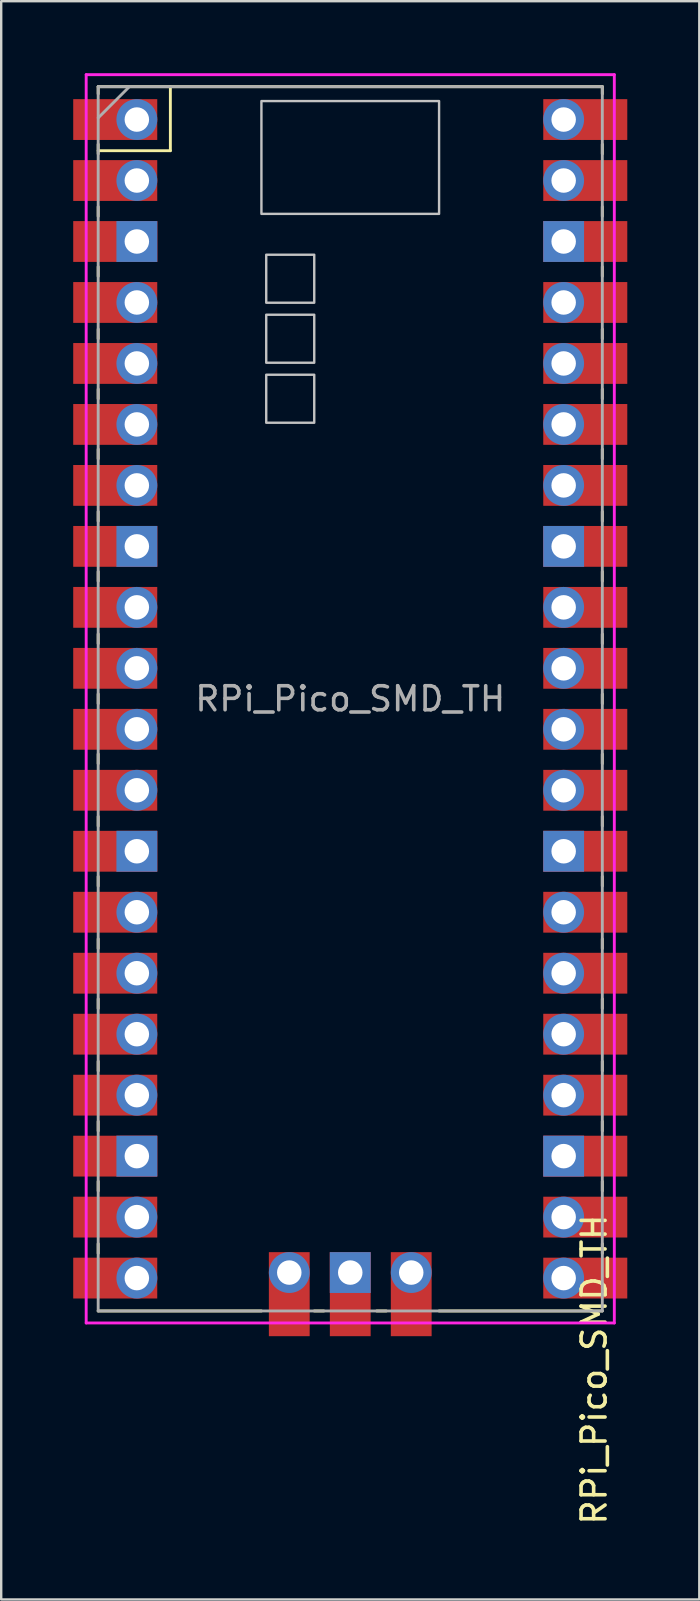
<source format=kicad_pcb>
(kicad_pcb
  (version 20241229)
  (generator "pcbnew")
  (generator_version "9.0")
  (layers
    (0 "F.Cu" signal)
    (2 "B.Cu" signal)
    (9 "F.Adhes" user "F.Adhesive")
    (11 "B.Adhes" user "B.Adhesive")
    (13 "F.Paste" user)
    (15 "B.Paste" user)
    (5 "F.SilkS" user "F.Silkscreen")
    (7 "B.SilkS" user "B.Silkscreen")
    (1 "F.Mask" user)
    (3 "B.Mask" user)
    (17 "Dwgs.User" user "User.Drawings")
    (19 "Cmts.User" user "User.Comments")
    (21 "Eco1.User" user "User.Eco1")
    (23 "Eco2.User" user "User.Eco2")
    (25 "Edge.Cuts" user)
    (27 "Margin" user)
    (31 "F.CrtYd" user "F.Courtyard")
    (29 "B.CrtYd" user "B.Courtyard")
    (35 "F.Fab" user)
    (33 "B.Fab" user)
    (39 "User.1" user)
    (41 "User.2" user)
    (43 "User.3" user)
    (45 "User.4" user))
  (footprint "RPi_Pico_SMD_TH"
    (layer "F.Cu")
    (at 11.54 26.06)
    (property "Reference" "RPi_Pico_SMD_TH" (at 10.16 27.94 90) (layer "F.SilkS") (effects (font (size 1 1) (thickness 0.15))))
    (attr through_hole)
    (fp_line (start -10.5 -25.5) (end -10.5 -25.2) (stroke (width 0.12) (type solid)) (layer "F.SilkS"))
    (fp_line (start -10.5 -25.5) (end 10.5 -25.5) (stroke (width 0.12) (type solid)) (layer "F.SilkS"))
    (fp_line (start -10.5 -23.1) (end -10.5 -22.7) (stroke (width 0.12) (type solid)) (layer "F.SilkS"))
    (fp_line (start -10.5 -22.833) (end -7.493 -22.833) (stroke (width 0.12) (type solid)) (layer "F.SilkS"))
    (fp_line (start -10.5 -20.5) (end -10.5 -20.1) (stroke (width 0.12) (type solid)) (layer "F.SilkS"))
    (fp_line (start -10.5 -18) (end -10.5 -17.6) (stroke (width 0.12) (type solid)) (layer "F.SilkS"))
    (fp_line (start -10.5 -15.4) (end -10.5 -15) (stroke (width 0.12) (type solid)) (layer "F.SilkS"))
    (fp_line (start -10.5 -12.9) (end -10.5 -12.5) (stroke (width 0.12) (type solid)) (layer "F.SilkS"))
    (fp_line (start -10.5 -10.4) (end -10.5 -10) (stroke (width 0.12) (type solid)) (layer "F.SilkS"))
    (fp_line (start -10.5 -7.8) (end -10.5 -7.4) (stroke (width 0.12) (type solid)) (layer "F.SilkS"))
    (fp_line (start -10.5 -5.3) (end -10.5 -4.9) (stroke (width 0.12) (type solid)) (layer "F.SilkS"))
    (fp_line (start -10.5 -2.7) (end -10.5 -2.3) (stroke (width 0.12) (type solid)) (layer "F.SilkS"))
    (fp_line (start -10.5 -0.2) (end -10.5 0.2) (stroke (width 0.12) (type solid)) (layer "F.SilkS"))
    (fp_line (start -10.5 2.3) (end -10.5 2.7) (stroke (width 0.12) (type solid)) (layer "F.SilkS"))
    (fp_line (start -10.5 4.9) (end -10.5 5.3) (stroke (width 0.12) (type solid)) (layer "F.SilkS"))
    (fp_line (start -10.5 7.4) (end -10.5 7.8) (stroke (width 0.12) (type solid)) (layer "F.SilkS"))
    (fp_line (start -10.5 10) (end -10.5 10.4) (stroke (width 0.12) (type solid)) (layer "F.SilkS"))
    (fp_line (start -10.5 12.5) (end -10.5 12.9) (stroke (width 0.12) (type solid)) (layer "F.SilkS"))
    (fp_line (start -10.5 15.1) (end -10.5 15.5) (stroke (width 0.12) (type solid)) (layer "F.SilkS"))
    (fp_line (start -10.5 17.6) (end -10.5 18) (stroke (width 0.12) (type solid)) (layer "F.SilkS"))
    (fp_line (start -10.5 20.1) (end -10.5 20.5) (stroke (width 0.12) (type solid)) (layer "F.SilkS"))
    (fp_line (start -10.5 22.7) (end -10.5 23.1) (stroke (width 0.12) (type solid)) (layer "F.SilkS"))
    (fp_line (start -7.493 -22.833) (end -7.493 -25.5) (stroke (width 0.12) (type solid)) (layer "F.SilkS"))
    (fp_line (start -3.7 25.5) (end -10.5 25.5) (stroke (width 0.12) (type solid)) (layer "F.SilkS"))
    (fp_line (start -1.5 25.5) (end -1.1 25.5) (stroke (width 0.12) (type solid)) (layer "F.SilkS"))
    (fp_line (start 1.1 25.5) (end 1.5 25.5) (stroke (width 0.12) (type solid)) (layer "F.SilkS"))
    (fp_line (start 10.5 -25.5) (end 10.5 -25.2) (stroke (width 0.12) (type solid)) (layer "F.SilkS"))
    (fp_line (start 10.5 -23.1) (end 10.5 -22.7) (stroke (width 0.12) (type solid)) (layer "F.SilkS"))
    (fp_line (start 10.5 -20.5) (end 10.5 -20.1) (stroke (width 0.12) (type solid)) (layer "F.SilkS"))
    (fp_line (start 10.5 -18) (end 10.5 -17.6) (stroke (width 0.12) (type solid)) (layer "F.SilkS"))
    (fp_line (start 10.5 -15.4) (end 10.5 -15) (stroke (width 0.12) (type solid)) (layer "F.SilkS"))
    (fp_line (start 10.5 -12.9) (end 10.5 -12.5) (stroke (width 0.12) (type solid)) (layer "F.SilkS"))
    (fp_line (start 10.5 -10.4) (end 10.5 -10) (stroke (width 0.12) (type solid)) (layer "F.SilkS"))
    (fp_line (start 10.5 -7.8) (end 10.5 -7.4) (stroke (width 0.12) (type solid)) (layer "F.SilkS"))
    (fp_line (start 10.5 -5.3) (end 10.5 -4.9) (stroke (width 0.12) (type solid)) (layer "F.SilkS"))
    (fp_line (start 10.5 -2.7) (end 10.5 -2.3) (stroke (width 0.12) (type solid)) (layer "F.SilkS"))
    (fp_line (start 10.5 -0.2) (end 10.5 0.2) (stroke (width 0.12) (type solid)) (layer "F.SilkS"))
    (fp_line (start 10.5 2.3) (end 10.5 2.7) (stroke (width 0.12) (type solid)) (layer "F.SilkS"))
    (fp_line (start 10.5 4.9) (end 10.5 5.3) (stroke (width 0.12) (type solid)) (layer "F.SilkS"))
    (fp_line (start 10.5 7.4) (end 10.5 7.8) (stroke (width 0.12) (type solid)) (layer "F.SilkS"))
    (fp_line (start 10.5 10) (end 10.5 10.4) (stroke (width 0.12) (type solid)) (layer "F.SilkS"))
    (fp_line (start 10.5 12.5) (end 10.5 12.9) (stroke (width 0.12) (type solid)) (layer "F.SilkS"))
    (fp_line (start 10.5 15.1) (end 10.5 15.5) (stroke (width 0.12) (type solid)) (layer "F.SilkS"))
    (fp_line (start 10.5 17.6) (end 10.5 18) (stroke (width 0.12) (type solid)) (layer "F.SilkS"))
    (fp_line (start 10.5 20.1) (end 10.5 20.5) (stroke (width 0.12) (type solid)) (layer "F.SilkS"))
    (fp_line (start 10.5 22.7) (end 10.5 23.1) (stroke (width 0.12) (type solid)) (layer "F.SilkS"))
    (fp_line (start 10.5 25.5) (end 3.7 25.5) (stroke (width 0.12) (type solid)) (layer "F.SilkS"))
    (fp_poly (pts (xy -1.5 -16.5) (xy -3.5 -16.5) (xy -3.5 -18.5) (xy -1.5 -18.5)) (stroke (width 0.1) (type solid)) (fill no) (layer "Dwgs.User"))
    (fp_poly (pts (xy -1.5 -14) (xy -3.5 -14) (xy -3.5 -16) (xy -1.5 -16)) (stroke (width 0.1) (type solid)) (fill no) (layer "Dwgs.User"))
    (fp_poly (pts (xy -1.5 -11.5) (xy -3.5 -11.5) (xy -3.5 -13.5) (xy -1.5 -13.5)) (stroke (width 0.1) (type solid)) (fill no) (layer "Dwgs.User"))
    (fp_poly (pts (xy 3.7 -20.2) (xy -3.7 -20.2) (xy -3.7 -24.9) (xy 3.7 -24.9)) (stroke (width 0.1) (type solid)) (fill no) (layer "Dwgs.User"))
    (fp_line (start -11 -26) (end 11 -26) (stroke (width 0.12) (type solid)) (layer "F.CrtYd"))
    (fp_line (start -11 26) (end -11 -26) (stroke (width 0.12) (type solid)) (layer "F.CrtYd"))
    (fp_line (start 11 -26) (end 11 26) (stroke (width 0.12) (type solid)) (layer "F.CrtYd"))
    (fp_line (start 11 26) (end -11 26) (stroke (width 0.12) (type solid)) (layer "F.CrtYd"))
    (fp_line (start -10.5 -25.5) (end 10.5 -25.5) (stroke (width 0.12) (type solid)) (layer "F.Fab"))
    (fp_line (start -10.5 -24.2) (end -9.2 -25.5) (stroke (width 0.12) (type solid)) (layer "F.Fab"))
    (fp_line (start -10.5 25.5) (end -10.5 -25.5) (stroke (width 0.12) (type solid)) (layer "F.Fab"))
    (fp_line (start 10.5 -25.5) (end 10.5 25.5) (stroke (width 0.12) (type solid)) (layer "F.Fab"))
    (fp_line (start 10.5 25.5) (end -10.5 25.5) (stroke (width 0.12) (type solid)) (layer "F.Fab"))
    (fp_text user "${REFERENCE}" (at 0 0 180) (layer "F.Fab") (effects (font (size 1 1) (thickness 0.15))))
    (pad "1" thru_hole oval (at -8.89 -24.13) (size 1.7 1.7) (drill 1.02) (layers "*.Cu" "*.Mask"))
    (pad "1" smd rect (at -8.89 -24.13) (size 3.5 1.7) (drill (offset -0.9 0)) (layers "F.Cu" "F.Mask"))
    (pad "2" thru_hole oval (at -8.89 -21.59) (size 1.7 1.7) (drill 1.02) (layers "*.Cu" "*.Mask"))
    (pad "2" smd rect (at -8.89 -21.59) (size 3.5 1.7) (drill (offset -0.9 0)) (layers "F.Cu" "F.Mask"))
    (pad "3" thru_hole rect (at -8.89 -19.05) (size 1.7 1.7) (drill 1.02) (layers "*.Cu" "*.Mask"))
    (pad "3" smd rect (at -8.89 -19.05) (size 3.5 1.7) (drill (offset -0.9 0)) (layers "F.Cu" "F.Mask"))
    (pad "4" thru_hole oval (at -8.89 -16.51) (size 1.7 1.7) (drill 1.02) (layers "*.Cu" "*.Mask"))
    (pad "4" smd rect (at -8.89 -16.51) (size 3.5 1.7) (drill (offset -0.9 0)) (layers "F.Cu" "F.Mask"))
    (pad "5" thru_hole oval (at -8.89 -13.97) (size 1.7 1.7) (drill 1.02) (layers "*.Cu" "*.Mask"))
    (pad "5" smd rect (at -8.89 -13.97) (size 3.5 1.7) (drill (offset -0.9 0)) (layers "F.Cu" "F.Mask"))
    (pad "6" thru_hole oval (at -8.89 -11.43) (size 1.7 1.7) (drill 1.02) (layers "*.Cu" "*.Mask"))
    (pad "6" smd rect (at -8.89 -11.43) (size 3.5 1.7) (drill (offset -0.9 0)) (layers "F.Cu" "F.Mask"))
    (pad "7" thru_hole oval (at -8.89 -8.89) (size 1.7 1.7) (drill 1.02) (layers "*.Cu" "*.Mask"))
    (pad "7" smd rect (at -8.89 -8.89) (size 3.5 1.7) (drill (offset -0.9 0)) (layers "F.Cu" "F.Mask"))
    (pad "8" thru_hole rect (at -8.89 -6.35) (size 1.7 1.7) (drill 1.02) (layers "*.Cu" "*.Mask"))
    (pad "8" smd rect (at -8.89 -6.35) (size 3.5 1.7) (drill (offset -0.9 0)) (layers "F.Cu" "F.Mask"))
    (pad "9" thru_hole oval (at -8.89 -3.81) (size 1.7 1.7) (drill 1.02) (layers "*.Cu" "*.Mask"))
    (pad "9" smd rect (at -8.89 -3.81) (size 3.5 1.7) (drill (offset -0.9 0)) (layers "F.Cu" "F.Mask"))
    (pad "10" thru_hole oval (at -8.89 -1.27) (size 1.7 1.7) (drill 1.02) (layers "*.Cu" "*.Mask"))
    (pad "10" smd rect (at -8.89 -1.27) (size 3.5 1.7) (drill (offset -0.9 0)) (layers "F.Cu" "F.Mask"))
    (pad "11" thru_hole oval (at -8.89 1.27) (size 1.7 1.7) (drill 1.02) (layers "*.Cu" "*.Mask"))
    (pad "11" smd rect (at -8.89 1.27) (size 3.5 1.7) (drill (offset -0.9 0)) (layers "F.Cu" "F.Mask"))
    (pad "12" thru_hole oval (at -8.89 3.81) (size 1.7 1.7) (drill 1.02) (layers "*.Cu" "*.Mask"))
    (pad "12" smd rect (at -8.89 3.81) (size 3.5 1.7) (drill (offset -0.9 0)) (layers "F.Cu" "F.Mask"))
    (pad "13" thru_hole rect (at -8.89 6.35) (size 1.7 1.7) (drill 1.02) (layers "*.Cu" "*.Mask"))
    (pad "13" smd rect (at -8.89 6.35) (size 3.5 1.7) (drill (offset -0.9 0)) (layers "F.Cu" "F.Mask"))
    (pad "14" thru_hole oval (at -8.89 8.89) (size 1.7 1.7) (drill 1.02) (layers "*.Cu" "*.Mask"))
    (pad "14" smd rect (at -8.89 8.89) (size 3.5 1.7) (drill (offset -0.9 0)) (layers "F.Cu" "F.Mask"))
    (pad "15" thru_hole oval (at -8.89 11.43) (size 1.7 1.7) (drill 1.02) (layers "*.Cu" "*.Mask"))
    (pad "15" smd rect (at -8.89 11.43) (size 3.5 1.7) (drill (offset -0.9 0)) (layers "F.Cu" "F.Mask"))
    (pad "16" thru_hole oval (at -8.89 13.97) (size 1.7 1.7) (drill 1.02) (layers "*.Cu" "*.Mask"))
    (pad "16" smd rect (at -8.89 13.97) (size 3.5 1.7) (drill (offset -0.9 0)) (layers "F.Cu" "F.Mask"))
    (pad "17" thru_hole oval (at -8.89 16.51) (size 1.7 1.7) (drill 1.02) (layers "*.Cu" "*.Mask"))
    (pad "17" smd rect (at -8.89 16.51) (size 3.5 1.7) (drill (offset -0.9 0)) (layers "F.Cu" "F.Mask"))
    (pad "18" thru_hole rect (at -8.89 19.05) (size 1.7 1.7) (drill 1.02) (layers "*.Cu" "*.Mask"))
    (pad "18" smd rect (at -8.89 19.05) (size 3.5 1.7) (drill (offset -0.9 0)) (layers "F.Cu" "F.Mask"))
    (pad "19" thru_hole oval (at -8.89 21.59) (size 1.7 1.7) (drill 1.02) (layers "*.Cu" "*.Mask"))
    (pad "19" smd rect (at -8.89 21.59) (size 3.5 1.7) (drill (offset -0.9 0)) (layers "F.Cu" "F.Mask"))
    (pad "20" thru_hole oval (at -8.89 24.13) (size 1.7 1.7) (drill 1.02) (layers "*.Cu" "*.Mask"))
    (pad "20" smd rect (at -8.89 24.13) (size 3.5 1.7) (drill (offset -0.9 0)) (layers "F.Cu" "F.Mask"))
    (pad "21" thru_hole oval (at 8.89 24.13) (size 1.7 1.7) (drill 1.02) (layers "*.Cu" "*.Mask"))
    (pad "21" smd rect (at 8.89 24.13) (size 3.5 1.7) (drill (offset 0.9 0)) (layers "F.Cu" "F.Mask"))
    (pad "22" thru_hole oval (at 8.89 21.59) (size 1.7 1.7) (drill 1.02) (layers "*.Cu" "*.Mask"))
    (pad "22" smd rect (at 8.89 21.59) (size 3.5 1.7) (drill (offset 0.9 0)) (layers "F.Cu" "F.Mask"))
    (pad "23" thru_hole rect (at 8.89 19.05) (size 1.7 1.7) (drill 1.02) (layers "*.Cu" "*.Mask"))
    (pad "23" smd rect (at 8.89 19.05) (size 3.5 1.7) (drill (offset 0.9 0)) (layers "F.Cu" "F.Mask"))
    (pad "24" thru_hole oval (at 8.89 16.51) (size 1.7 1.7) (drill 1.02) (layers "*.Cu" "*.Mask"))
    (pad "24" smd rect (at 8.89 16.51) (size 3.5 1.7) (drill (offset 0.9 0)) (layers "F.Cu" "F.Mask"))
    (pad "25" thru_hole oval (at 8.89 13.97) (size 1.7 1.7) (drill 1.02) (layers "*.Cu" "*.Mask"))
    (pad "25" smd rect (at 8.89 13.97) (size 3.5 1.7) (drill (offset 0.9 0)) (layers "F.Cu" "F.Mask"))
    (pad "26" thru_hole oval (at 8.89 11.43) (size 1.7 1.7) (drill 1.02) (layers "*.Cu" "*.Mask"))
    (pad "26" smd rect (at 8.89 11.43) (size 3.5 1.7) (drill (offset 0.9 0)) (layers "F.Cu" "F.Mask"))
    (pad "27" thru_hole oval (at 8.89 8.89) (size 1.7 1.7) (drill 1.02) (layers "*.Cu" "*.Mask"))
    (pad "27" smd rect (at 8.89 8.89) (size 3.5 1.7) (drill (offset 0.9 0)) (layers "F.Cu" "F.Mask"))
    (pad "28" thru_hole rect (at 8.89 6.35) (size 1.7 1.7) (drill 1.02) (layers "*.Cu" "*.Mask"))
    (pad "28" smd rect (at 8.89 6.35) (size 3.5 1.7) (drill (offset 0.9 0)) (layers "F.Cu" "F.Mask"))
    (pad "29" thru_hole oval (at 8.89 3.81) (size 1.7 1.7) (drill 1.02) (layers "*.Cu" "*.Mask"))
    (pad "29" smd rect (at 8.89 3.81) (size 3.5 1.7) (drill (offset 0.9 0)) (layers "F.Cu" "F.Mask"))
    (pad "30" thru_hole oval (at 8.89 1.27) (size 1.7 1.7) (drill 1.02) (layers "*.Cu" "*.Mask"))
    (pad "30" smd rect (at 8.89 1.27) (size 3.5 1.7) (drill (offset 0.9 0)) (layers "F.Cu" "F.Mask"))
    (pad "31" thru_hole oval (at 8.89 -1.27) (size 1.7 1.7) (drill 1.02) (layers "*.Cu" "*.Mask"))
    (pad "31" smd rect (at 8.89 -1.27) (size 3.5 1.7) (drill (offset 0.9 0)) (layers "F.Cu" "F.Mask"))
    (pad "32" thru_hole oval (at 8.89 -3.81) (size 1.7 1.7) (drill 1.02) (layers "*.Cu" "*.Mask"))
    (pad "32" smd rect (at 8.89 -3.81) (size 3.5 1.7) (drill (offset 0.9 0)) (layers "F.Cu" "F.Mask"))
    (pad "33" thru_hole rect (at 8.89 -6.35) (size 1.7 1.7) (drill 1.02) (layers "*.Cu" "*.Mask"))
    (pad "33" smd rect (at 8.89 -6.35) (size 3.5 1.7) (drill (offset 0.9 0)) (layers "F.Cu" "F.Mask"))
    (pad "34" thru_hole oval (at 8.89 -8.89) (size 1.7 1.7) (drill 1.02) (layers "*.Cu" "*.Mask"))
    (pad "34" smd rect (at 8.89 -8.89) (size 3.5 1.7) (drill (offset 0.9 0)) (layers "F.Cu" "F.Mask"))
    (pad "35" thru_hole oval (at 8.89 -11.43) (size 1.7 1.7) (drill 1.02) (layers "*.Cu" "*.Mask"))
    (pad "35" smd rect (at 8.89 -11.43) (size 3.5 1.7) (drill (offset 0.9 0)) (layers "F.Cu" "F.Mask"))
    (pad "36" thru_hole oval (at 8.89 -13.97) (size 1.7 1.7) (drill 1.02) (layers "*.Cu" "*.Mask"))
    (pad "36" smd rect (at 8.89 -13.97) (size 3.5 1.7) (drill (offset 0.9 0)) (layers "F.Cu" "F.Mask"))
    (pad "37" thru_hole oval (at 8.89 -16.51) (size 1.7 1.7) (drill 1.02) (layers "*.Cu" "*.Mask"))
    (pad "37" smd rect (at 8.89 -16.51) (size 3.5 1.7) (drill (offset 0.9 0)) (layers "F.Cu" "F.Mask"))
    (pad "38" thru_hole rect (at 8.89 -19.05) (size 1.7 1.7) (drill 1.02) (layers "*.Cu" "*.Mask"))
    (pad "38" smd rect (at 8.89 -19.05) (size 3.5 1.7) (drill (offset 0.9 0)) (layers "F.Cu" "F.Mask"))
    (pad "39" thru_hole oval (at 8.89 -21.59) (size 1.7 1.7) (drill 1.02) (layers "*.Cu" "*.Mask"))
    (pad "39" smd rect (at 8.89 -21.59) (size 3.5 1.7) (drill (offset 0.9 0)) (layers "F.Cu" "F.Mask"))
    (pad "40" thru_hole oval (at 8.89 -24.13) (size 1.7 1.7) (drill 1.02) (layers "*.Cu" "*.Mask"))
    (pad "40" smd rect (at 8.89 -24.13) (size 3.5 1.7) (drill (offset 0.9 0)) (layers "F.Cu" "F.Mask"))
    (pad "41" thru_hole oval (at -2.54 23.9) (size 1.7 1.7) (drill 1.02) (layers "*.Cu" "*.Mask"))
    (pad "41" smd rect (at -2.54 23.9 90) (size 3.5 1.7) (drill (offset -0.9 0)) (layers "F.Cu" "F.Mask"))
    (pad "42" thru_hole rect (at 0 23.9) (size 1.7 1.7) (drill 1.02) (layers "*.Cu" "*.Mask"))
    (pad "42" smd rect (at 0 23.9 90) (size 3.5 1.7) (drill (offset -0.9 0)) (layers "F.Cu" "F.Mask"))
    (pad "43" thru_hole oval (at 2.54 23.9) (size 1.7 1.7) (drill 1.02) (layers "*.Cu" "*.Mask"))
    (pad "43" smd rect (at 2.54 23.9 90) (size 3.5 1.7) (drill (offset -0.9 0)) (layers "F.Cu" "F.Mask")))
  (gr_rect
    (start -3 -3)
    (end 26.08 63.577)
    (stroke (width 0.1) (type default))
    (fill no)
    (layer "Edge.Cuts")))
</source>
